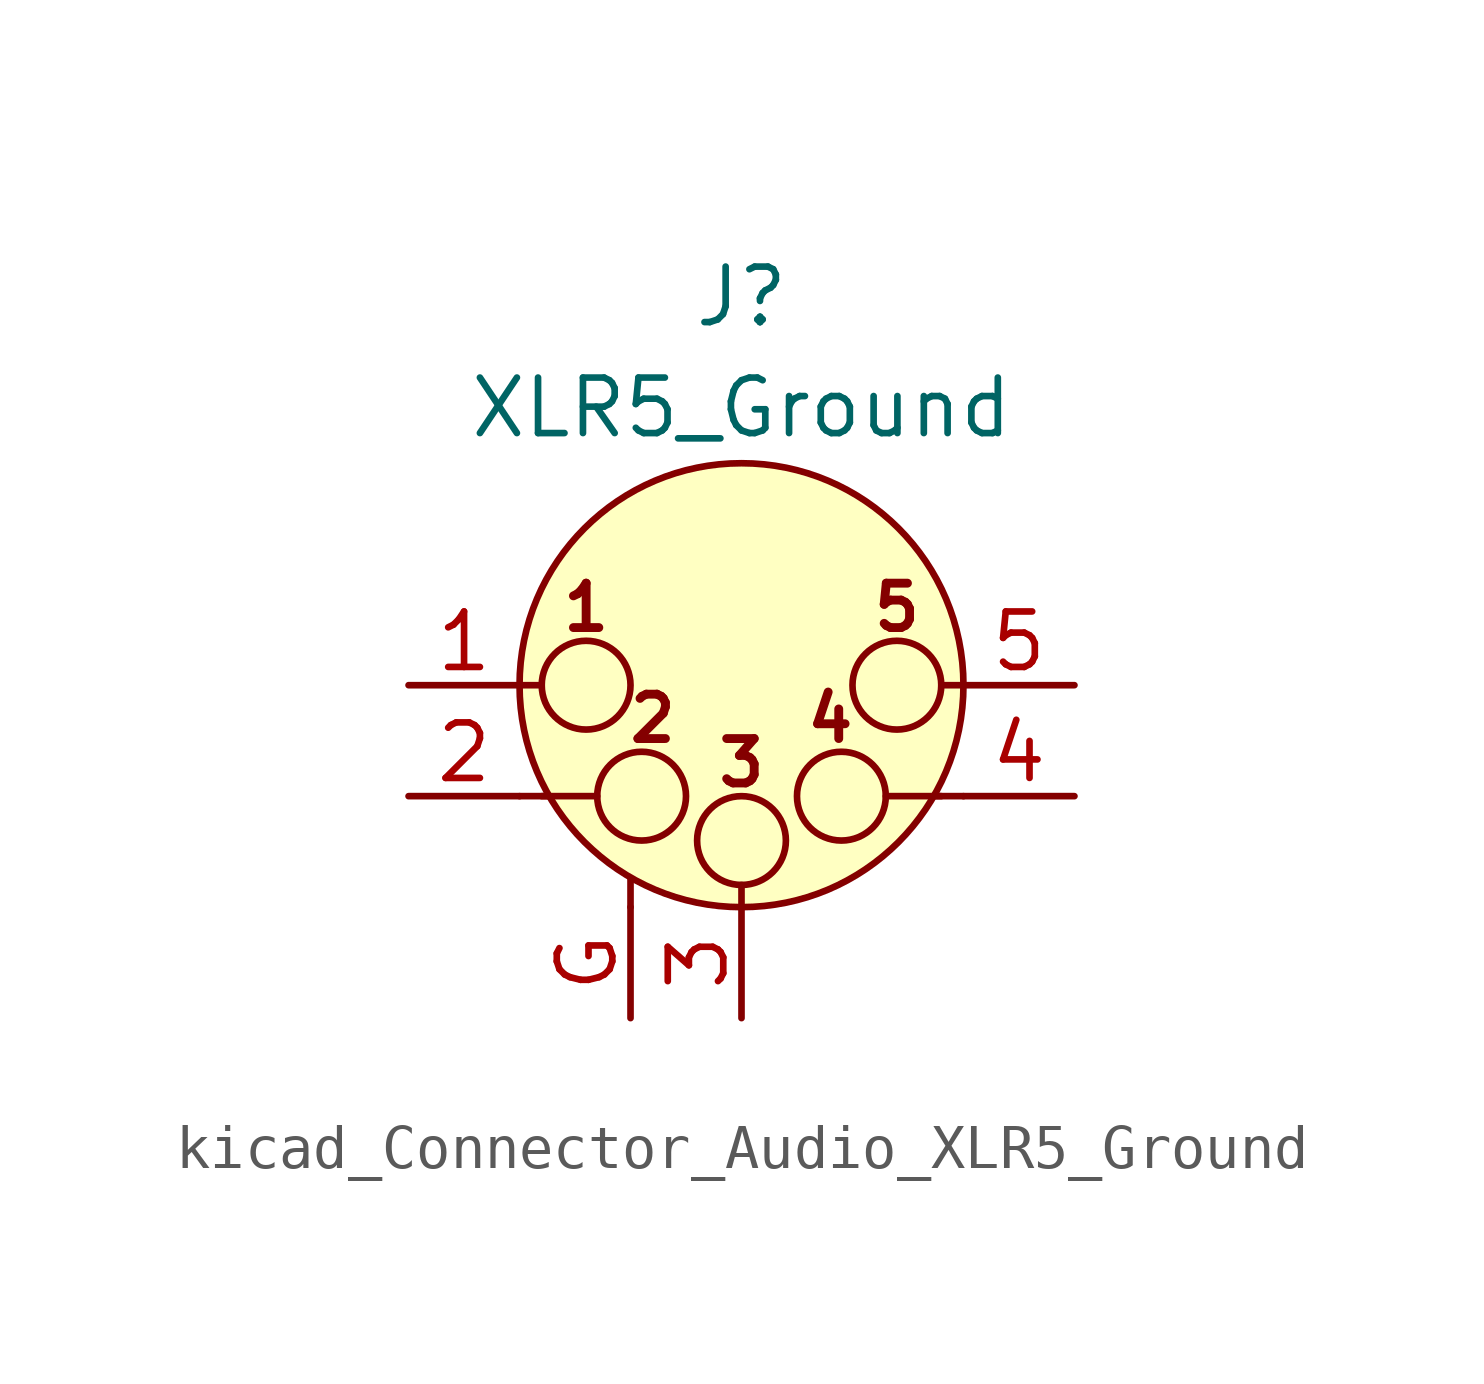
<source format=kicad_sym>
(kicad_symbol_lib
  (version 20220914)
  (generator kicad_symbol_editor)
  (symbol "kicad_Connector_Audio_XLR5_Ground"
    (pin_names hide)
    (property "Reference" "J"
      (at 0 8.89 0)
      (effects (font (size 1.27 1.27))))
    (property "Value" "XLR5_Ground"
      (at 0 6.35 0)
      (effects (font (size 1.27 1.27))))
    (symbol "kicad_Connector_Audio_XLR5_Ground_0_1"
      (circle (center -3.556 0) (radius 1.016) (stroke (width 0) (type default)) (fill (type none)))
      (circle (center -2.286 -2.54) (radius 1.016) (stroke (width 0) (type default)) (fill (type none)))
      (circle (center 0 -3.556) (radius 1.016) (stroke (width 0) (type default)) (fill (type none)))
      (polyline (pts (xy -5.08 -2.54) (xy -4.445 -2.54)) (stroke (width 0) (type default)) (fill (type none)))
      (polyline (pts (xy -5.08 0) (xy -4.572 0)) (stroke (width 0) (type default)) (fill (type none)))
      (polyline (pts (xy -4.572 -2.54) (xy -3.302 -2.54)) (stroke (width 0) (type default)) (fill (type none)))
      (polyline (pts (xy -2.54 -5.08) (xy -2.54 -4.445)) (stroke (width 0) (type default)) (fill (type none)))
      (polyline (pts (xy 0 -5.08) (xy 0 -4.572)) (stroke (width 0) (type default)) (fill (type none)))
      (polyline (pts (xy 4.572 -2.54) (xy 3.302 -2.54)) (stroke (width 0) (type default)) (fill (type none)))
      (polyline (pts (xy 5.08 -2.54) (xy 4.445 -2.54)) (stroke (width 0) (type default)) (fill (type none)))
      (polyline (pts (xy 5.08 0) (xy 4.572 0)) (stroke (width 0) (type default)) (fill (type none)))
      (circle (center 0 0) (radius 5.08) (stroke (width 0) (type default)) (fill (type background)))
      (circle (center 2.286 -2.54) (radius 1.016) (stroke (width 0) (type default)) (fill (type none)))
      (circle (center 3.556 0) (radius 1.016) (stroke (width 0) (type default)) (fill (type none)))
      (text "1" (at -3.556 1.778 0) (effects (font (size 1.016 1.016) bold)))
      (text "2" (at -2.032 -0.762 0) (effects (font (size 1.016 1.016) bold)))
      (text "3" (at 0 -1.778 0) (effects (font (size 1.016 1.016) bold)))
      (text "4" (at 2.032 -0.762 0) (effects (font (size 1.016 1.016) bold)))
      (text "5" (at 3.556 1.778 0) (effects (font (size 1.016 1.016) bold))))
    (symbol "kicad_Connector_Audio_XLR5_Ground_1_1"
      (pin passive line (at -7.62 0 0) (length 2.54) (name "P1" (effects (font (size 1.27 1.27)))) (number "1" (effects (font (size 1.27 1.27)))))
      (pin passive line (at -7.62 -2.54 0) (length 2.54) (name "P2" (effects (font (size 1.27 1.27)))) (number "2" (effects (font (size 1.27 1.27)))))
      (pin passive line (at 0 -7.62 90) (length 2.54) (name "P3" (effects (font (size 1.27 1.27)))) (number "3" (effects (font (size 1.27 1.27)))))
      (pin passive line (at 7.62 -2.54 180) (length 2.54) (name "P3" (effects (font (size 1.27 1.27)))) (number "4" (effects (font (size 1.27 1.27)))))
      (pin passive line (at 7.62 0 180) (length 2.54) (name "P5" (effects (font (size 1.27 1.27)))) (number "5" (effects (font (size 1.27 1.27)))))
      (pin passive line (at -2.54 -7.62 90) (length 2.54) (name "~" (effects (font (size 1.27 1.27)))) (number "G" (effects (font (size 1.27 1.27))))))))
</source>
